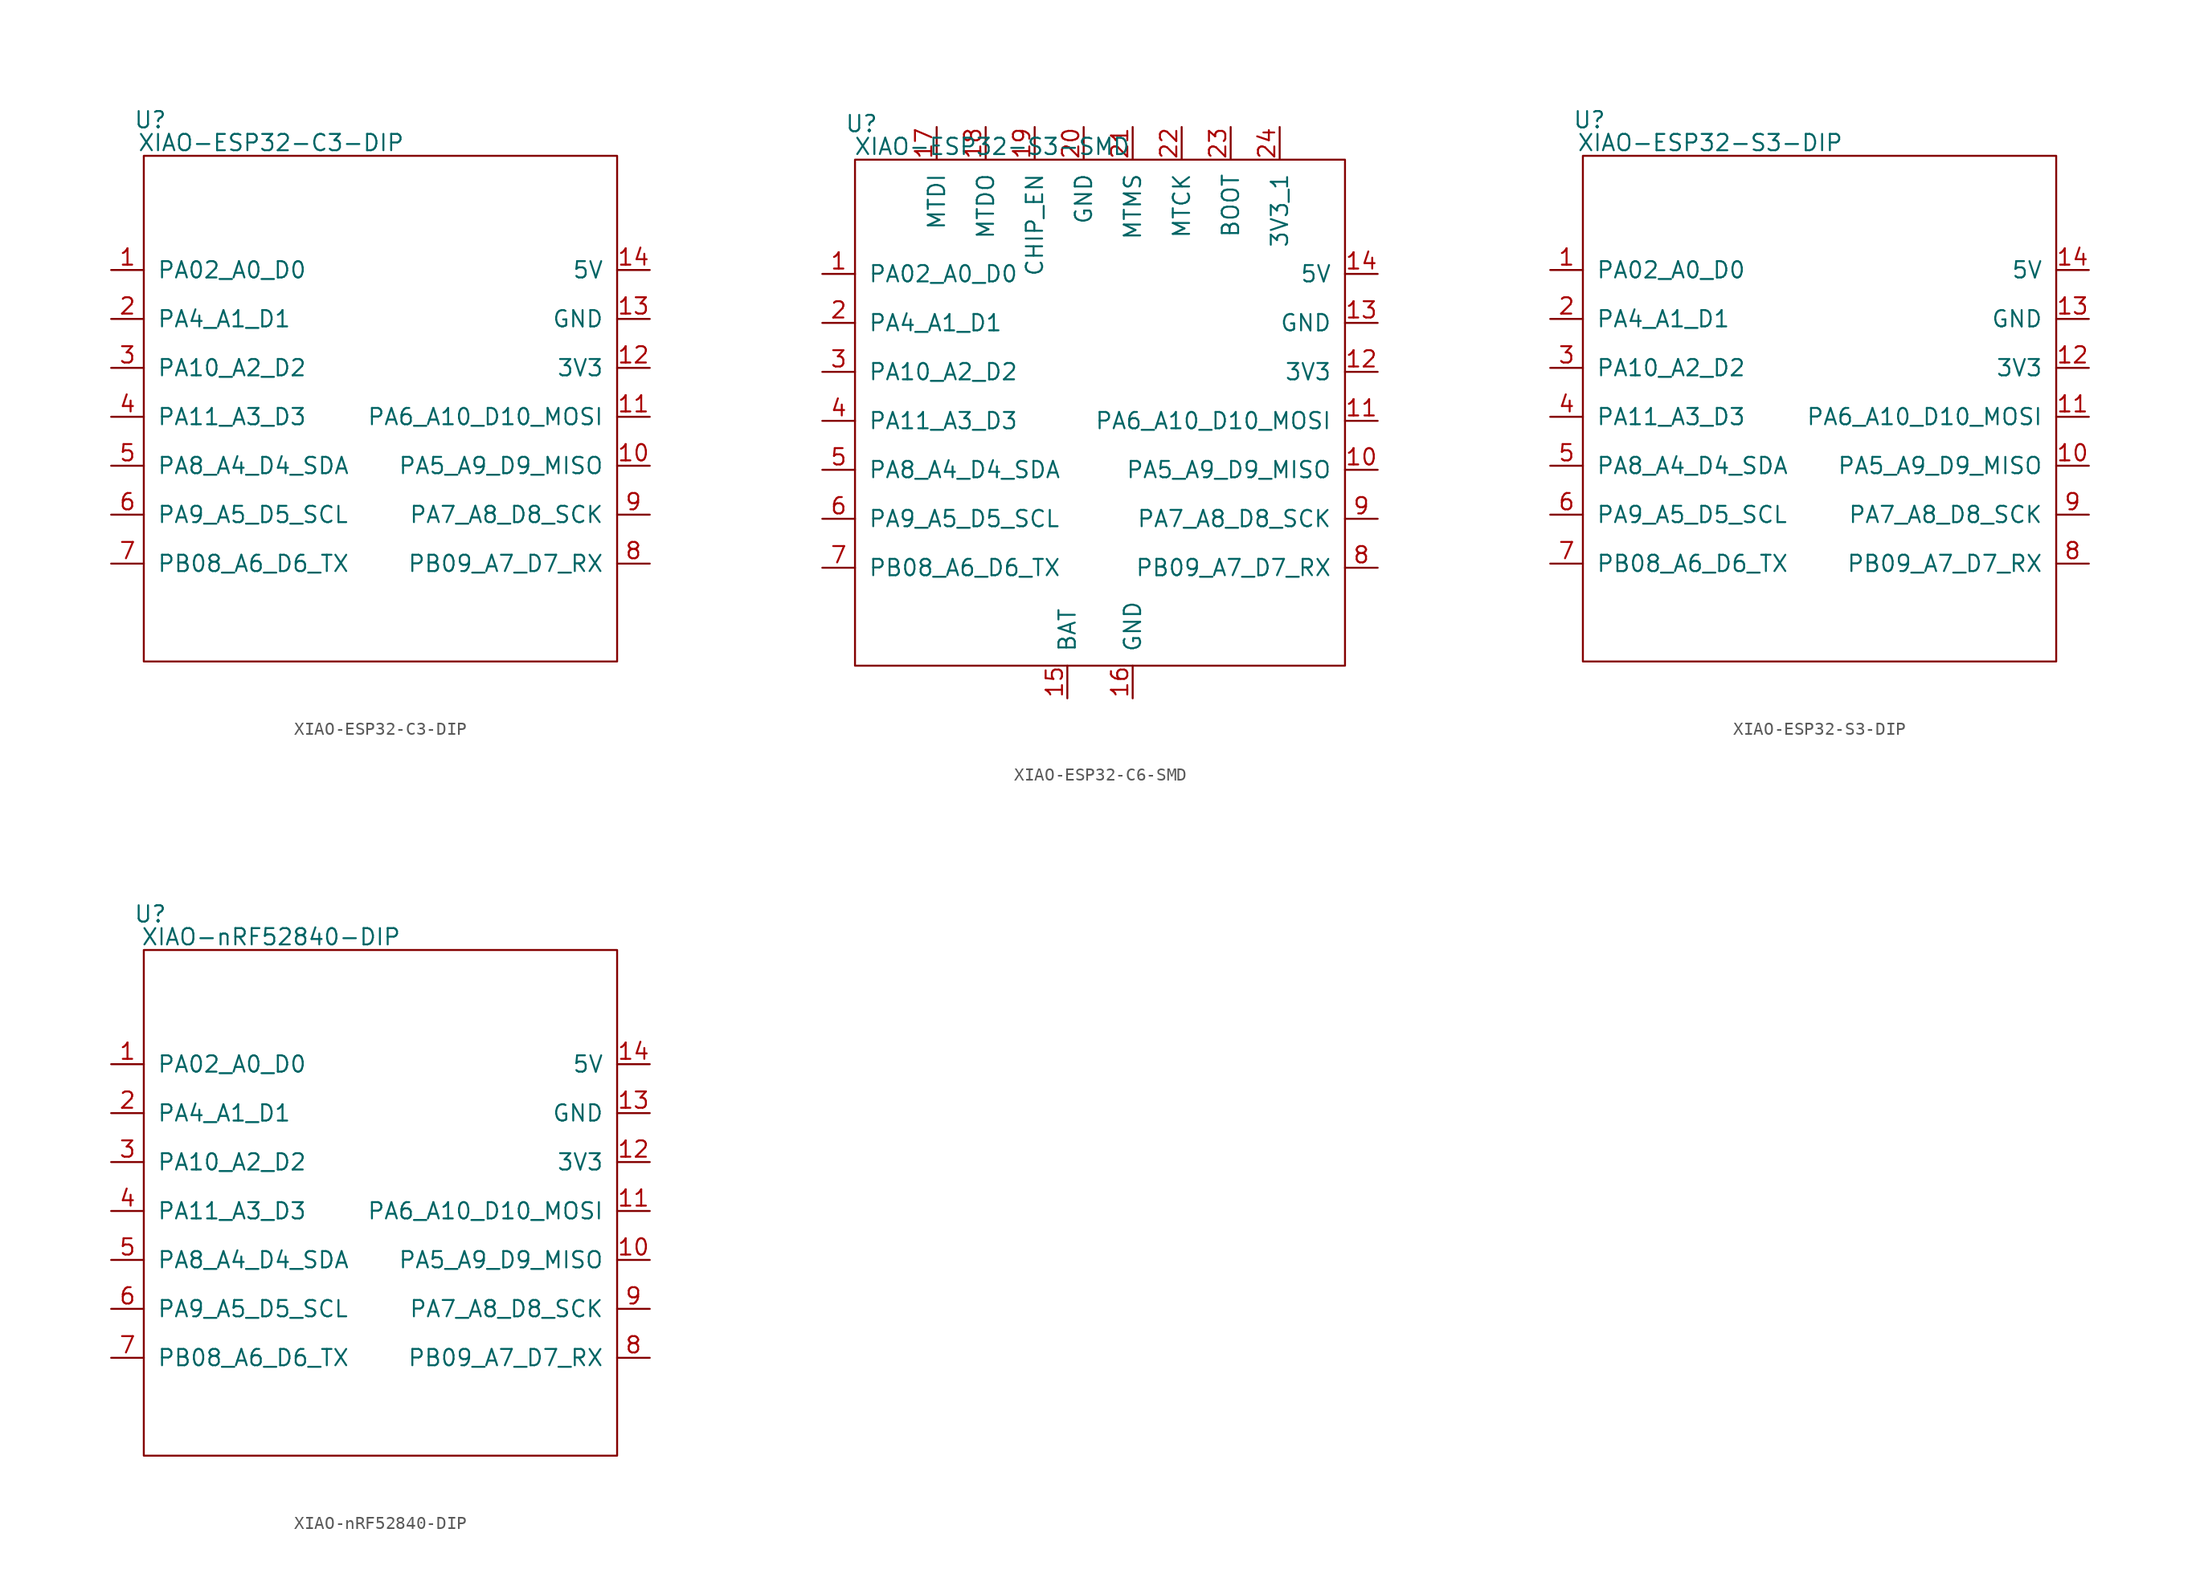
<source format=kicad_sym>
(kicad_symbol_lib
  (version 20231120)
  (generator "kicad_symbol_editor")
  (generator_version "8.0")
  (symbol "XIAO-ESP32-C3-DIP"
    (pin_names
      (offset 1.016))
    (property "Reference" "U"
      (at -18.542 23.114 0)
      (effects (font (size 1.27 1.27))))
    (property "Value" "XIAO-ESP32-C3-DIP"
      (at -9.144 21.336 0)
      (effects (font (size 1.27 1.27))))
    (symbol "XIAO-ESP32-C3-DIP_0_1"
      (rectangle (start -19.05 20.32) (end 17.78 -19.05) (stroke (width 0) (type default)) (fill (type none))))
    (symbol "XIAO-ESP32-C3-DIP_1_1"
      (pin passive line (at -21.59 11.43 0) (length 2.54) (name "PA02_A0_D0" (effects (font (size 1.27 1.27)))) (number "1" (effects (font (size 1.27 1.27)))))
      (pin passive line (at 20.32 -3.81 180) (length 2.54) (name "PA5_A9_D9_MISO" (effects (font (size 1.27 1.27)))) (number "10" (effects (font (size 1.27 1.27)))))
      (pin passive line (at 20.32 0 180) (length 2.54) (name "PA6_A10_D10_MOSI" (effects (font (size 1.27 1.27)))) (number "11" (effects (font (size 1.27 1.27)))))
      (pin passive line (at 20.32 3.81 180) (length 2.54) (name "3V3" (effects (font (size 1.27 1.27)))) (number "12" (effects (font (size 1.27 1.27)))))
      (pin passive line (at 20.32 7.62 180) (length 2.54) (name "GND" (effects (font (size 1.27 1.27)))) (number "13" (effects (font (size 1.27 1.27)))))
      (pin passive line (at 20.32 11.43 180) (length 2.54) (name "5V" (effects (font (size 1.27 1.27)))) (number "14" (effects (font (size 1.27 1.27)))))
      (pin passive line (at -21.59 7.62 0) (length 2.54) (name "PA4_A1_D1" (effects (font (size 1.27 1.27)))) (number "2" (effects (font (size 1.27 1.27)))))
      (pin passive line (at -21.59 3.81 0) (length 2.54) (name "PA10_A2_D2" (effects (font (size 1.27 1.27)))) (number "3" (effects (font (size 1.27 1.27)))))
      (pin passive line (at -21.59 0 0) (length 2.54) (name "PA11_A3_D3" (effects (font (size 1.27 1.27)))) (number "4" (effects (font (size 1.27 1.27)))))
      (pin passive line (at -21.59 -3.81 0) (length 2.54) (name "PA8_A4_D4_SDA" (effects (font (size 1.27 1.27)))) (number "5" (effects (font (size 1.27 1.27)))))
      (pin passive line (at -21.59 -7.62 0) (length 2.54) (name "PA9_A5_D5_SCL" (effects (font (size 1.27 1.27)))) (number "6" (effects (font (size 1.27 1.27)))))
      (pin passive line (at -21.59 -11.43 0) (length 2.54) (name "PB08_A6_D6_TX" (effects (font (size 1.27 1.27)))) (number "7" (effects (font (size 1.27 1.27)))))
      (pin passive line (at 20.32 -11.43 180) (length 2.54) (name "PB09_A7_D7_RX" (effects (font (size 1.27 1.27)))) (number "8" (effects (font (size 1.27 1.27)))))
      (pin passive line (at 20.32 -7.62 180) (length 2.54) (name "PA7_A8_D8_SCK" (effects (font (size 1.27 1.27)))) (number "9" (effects (font (size 1.27 1.27)))))))
  (symbol "XIAO-ESP32-C6-SMD"
    (pin_names
      (offset 1.016))
    (property "Reference" "U"
      (at -18.542 23.114 0)
      (effects (font (size 1.27 1.27))))
    (property "Value" "XIAO-ESP32-S3-SMD"
      (at -8.382 21.336 0)
      (effects (font (size 1.27 1.27))))
    (symbol "XIAO-ESP32-C6-SMD_0_1"
      (rectangle (start 19.05 -19.05) (end -19.05 20.32) (stroke (width 0) (type default)) (fill (type none))))
    (symbol "XIAO-ESP32-C6-SMD_1_1"
      (pin passive line (at -21.59 11.43 0) (length 2.54) (name "PA02_A0_D0" (effects (font (size 1.27 1.27)))) (number "1" (effects (font (size 1.27 1.27)))))
      (pin passive line (at 21.59 -3.81 180) (length 2.54) (name "PA5_A9_D9_MISO" (effects (font (size 1.27 1.27)))) (number "10" (effects (font (size 1.27 1.27)))))
      (pin passive line (at 21.59 0 180) (length 2.54) (name "PA6_A10_D10_MOSI" (effects (font (size 1.27 1.27)))) (number "11" (effects (font (size 1.27 1.27)))))
      (pin passive line (at 21.59 3.81 180) (length 2.54) (name "3V3" (effects (font (size 1.27 1.27)))) (number "12" (effects (font (size 1.27 1.27)))))
      (pin passive line (at 21.59 7.62 180) (length 2.54) (name "GND" (effects (font (size 1.27 1.27)))) (number "13" (effects (font (size 1.27 1.27)))))
      (pin passive line (at 21.59 11.43 180) (length 2.54) (name "5V" (effects (font (size 1.27 1.27)))) (number "14" (effects (font (size 1.27 1.27)))))
      (pin passive line (at -2.54 -21.59 90) (length 2.54) (name "BAT" (effects (font (size 1.27 1.27)))) (number "15" (effects (font (size 1.27 1.27)))))
      (pin passive line (at 2.54 -21.59 90) (length 2.54) (name "GND" (effects (font (size 1.27 1.27)))) (number "16" (effects (font (size 1.27 1.27)))))
      (pin passive line (at -12.7 22.86 270) (length 2.54) (name "MTDI" (effects (font (size 1.27 1.27)))) (number "17" (effects (font (size 1.27 1.27)))))
      (pin passive line (at -8.89 22.86 270) (length 2.54) (name "MTDO" (effects (font (size 1.27 1.27)))) (number "18" (effects (font (size 1.27 1.27)))))
      (pin passive line (at -5.08 22.86 270) (length 2.54) (name "CHIP_EN" (effects (font (size 1.27 1.27)))) (number "19" (effects (font (size 1.27 1.27)))))
      (pin passive line (at -21.59 7.62 0) (length 2.54) (name "PA4_A1_D1" (effects (font (size 1.27 1.27)))) (number "2" (effects (font (size 1.27 1.27)))))
      (pin passive line (at -1.27 22.86 270) (length 2.54) (name "GND" (effects (font (size 1.27 1.27)))) (number "20" (effects (font (size 1.27 1.27)))))
      (pin passive line (at 2.54 22.86 270) (length 2.54) (name "MTMS" (effects (font (size 1.27 1.27)))) (number "21" (effects (font (size 1.27 1.27)))))
      (pin passive line (at 6.35 22.86 270) (length 2.54) (name "MTCK" (effects (font (size 1.27 1.27)))) (number "22" (effects (font (size 1.27 1.27)))))
      (pin passive line (at 10.16 22.86 270) (length 2.54) (name "BOOT" (effects (font (size 1.27 1.27)))) (number "23" (effects (font (size 1.27 1.27)))))
      (pin passive line (at 13.97 22.86 270) (length 2.54) (name "3V3_1" (effects (font (size 1.27 1.27)))) (number "24" (effects (font (size 1.27 1.27)))))
      (pin passive line (at -21.59 3.81 0) (length 2.54) (name "PA10_A2_D2" (effects (font (size 1.27 1.27)))) (number "3" (effects (font (size 1.27 1.27)))))
      (pin passive line (at -21.59 0 0) (length 2.54) (name "PA11_A3_D3" (effects (font (size 1.27 1.27)))) (number "4" (effects (font (size 1.27 1.27)))))
      (pin passive line (at -21.59 -3.81 0) (length 2.54) (name "PA8_A4_D4_SDA" (effects (font (size 1.27 1.27)))) (number "5" (effects (font (size 1.27 1.27)))))
      (pin passive line (at -21.59 -7.62 0) (length 2.54) (name "PA9_A5_D5_SCL" (effects (font (size 1.27 1.27)))) (number "6" (effects (font (size 1.27 1.27)))))
      (pin passive line (at -21.59 -11.43 0) (length 2.54) (name "PB08_A6_D6_TX" (effects (font (size 1.27 1.27)))) (number "7" (effects (font (size 1.27 1.27)))))
      (pin passive line (at 21.59 -11.43 180) (length 2.54) (name "PB09_A7_D7_RX" (effects (font (size 1.27 1.27)))) (number "8" (effects (font (size 1.27 1.27)))))
      (pin passive line (at 21.59 -7.62 180) (length 2.54) (name "PA7_A8_D8_SCK" (effects (font (size 1.27 1.27)))) (number "9" (effects (font (size 1.27 1.27)))))))
  (symbol "XIAO-ESP32-S3-DIP"
    (pin_names
      (offset 1.016))
    (property "Reference" "U"
      (at -18.542 23.114 0)
      (effects (font (size 1.27 1.27))))
    (property "Value" "XIAO-ESP32-S3-DIP"
      (at -9.144 21.336 0)
      (effects (font (size 1.27 1.27))))
    (symbol "XIAO-ESP32-S3-DIP_0_1"
      (rectangle (start -19.05 20.32) (end 17.78 -19.05) (stroke (width 0) (type default)) (fill (type none))))
    (symbol "XIAO-ESP32-S3-DIP_1_1"
      (pin passive line (at -21.59 11.43 0) (length 2.54) (name "PA02_A0_D0" (effects (font (size 1.27 1.27)))) (number "1" (effects (font (size 1.27 1.27)))))
      (pin passive line (at 20.32 -3.81 180) (length 2.54) (name "PA5_A9_D9_MISO" (effects (font (size 1.27 1.27)))) (number "10" (effects (font (size 1.27 1.27)))))
      (pin passive line (at 20.32 0 180) (length 2.54) (name "PA6_A10_D10_MOSI" (effects (font (size 1.27 1.27)))) (number "11" (effects (font (size 1.27 1.27)))))
      (pin passive line (at 20.32 3.81 180) (length 2.54) (name "3V3" (effects (font (size 1.27 1.27)))) (number "12" (effects (font (size 1.27 1.27)))))
      (pin passive line (at 20.32 7.62 180) (length 2.54) (name "GND" (effects (font (size 1.27 1.27)))) (number "13" (effects (font (size 1.27 1.27)))))
      (pin passive line (at 20.32 11.43 180) (length 2.54) (name "5V" (effects (font (size 1.27 1.27)))) (number "14" (effects (font (size 1.27 1.27)))))
      (pin passive line (at -21.59 7.62 0) (length 2.54) (name "PA4_A1_D1" (effects (font (size 1.27 1.27)))) (number "2" (effects (font (size 1.27 1.27)))))
      (pin passive line (at -21.59 3.81 0) (length 2.54) (name "PA10_A2_D2" (effects (font (size 1.27 1.27)))) (number "3" (effects (font (size 1.27 1.27)))))
      (pin passive line (at -21.59 0 0) (length 2.54) (name "PA11_A3_D3" (effects (font (size 1.27 1.27)))) (number "4" (effects (font (size 1.27 1.27)))))
      (pin passive line (at -21.59 -3.81 0) (length 2.54) (name "PA8_A4_D4_SDA" (effects (font (size 1.27 1.27)))) (number "5" (effects (font (size 1.27 1.27)))))
      (pin passive line (at -21.59 -7.62 0) (length 2.54) (name "PA9_A5_D5_SCL" (effects (font (size 1.27 1.27)))) (number "6" (effects (font (size 1.27 1.27)))))
      (pin passive line (at -21.59 -11.43 0) (length 2.54) (name "PB08_A6_D6_TX" (effects (font (size 1.27 1.27)))) (number "7" (effects (font (size 1.27 1.27)))))
      (pin passive line (at 20.32 -11.43 180) (length 2.54) (name "PB09_A7_D7_RX" (effects (font (size 1.27 1.27)))) (number "8" (effects (font (size 1.27 1.27)))))
      (pin passive line (at 20.32 -7.62 180) (length 2.54) (name "PA7_A8_D8_SCK" (effects (font (size 1.27 1.27)))) (number "9" (effects (font (size 1.27 1.27)))))))
  (symbol "XIAO-nRF52840-DIP"
    (pin_names
      (offset 1.016))
    (property "Reference" "U"
      (at -18.542 23.114 0)
      (effects (font (size 1.27 1.27))))
    (property "Value" "XIAO-nRF52840-DIP"
      (at -9.144 21.336 0)
      (effects (font (size 1.27 1.27))))
    (symbol "XIAO-nRF52840-DIP_0_1"
      (rectangle (start -19.05 20.32) (end 17.78 -19.05) (stroke (width 0) (type default)) (fill (type none))))
    (symbol "XIAO-nRF52840-DIP_1_1"
      (pin passive line (at -21.59 11.43 0) (length 2.54) (name "PA02_A0_D0" (effects (font (size 1.27 1.27)))) (number "1" (effects (font (size 1.27 1.27)))))
      (pin passive line (at 20.32 -3.81 180) (length 2.54) (name "PA5_A9_D9_MISO" (effects (font (size 1.27 1.27)))) (number "10" (effects (font (size 1.27 1.27)))))
      (pin passive line (at 20.32 0 180) (length 2.54) (name "PA6_A10_D10_MOSI" (effects (font (size 1.27 1.27)))) (number "11" (effects (font (size 1.27 1.27)))))
      (pin passive line (at 20.32 3.81 180) (length 2.54) (name "3V3" (effects (font (size 1.27 1.27)))) (number "12" (effects (font (size 1.27 1.27)))))
      (pin passive line (at 20.32 7.62 180) (length 2.54) (name "GND" (effects (font (size 1.27 1.27)))) (number "13" (effects (font (size 1.27 1.27)))))
      (pin passive line (at 20.32 11.43 180) (length 2.54) (name "5V" (effects (font (size 1.27 1.27)))) (number "14" (effects (font (size 1.27 1.27)))))
      (pin passive line (at -21.59 7.62 0) (length 2.54) (name "PA4_A1_D1" (effects (font (size 1.27 1.27)))) (number "2" (effects (font (size 1.27 1.27)))))
      (pin passive line (at -21.59 3.81 0) (length 2.54) (name "PA10_A2_D2" (effects (font (size 1.27 1.27)))) (number "3" (effects (font (size 1.27 1.27)))))
      (pin passive line (at -21.59 0 0) (length 2.54) (name "PA11_A3_D3" (effects (font (size 1.27 1.27)))) (number "4" (effects (font (size 1.27 1.27)))))
      (pin passive line (at -21.59 -3.81 0) (length 2.54) (name "PA8_A4_D4_SDA" (effects (font (size 1.27 1.27)))) (number "5" (effects (font (size 1.27 1.27)))))
      (pin passive line (at -21.59 -7.62 0) (length 2.54) (name "PA9_A5_D5_SCL" (effects (font (size 1.27 1.27)))) (number "6" (effects (font (size 1.27 1.27)))))
      (pin passive line (at -21.59 -11.43 0) (length 2.54) (name "PB08_A6_D6_TX" (effects (font (size 1.27 1.27)))) (number "7" (effects (font (size 1.27 1.27)))))
      (pin passive line (at 20.32 -11.43 180) (length 2.54) (name "PB09_A7_D7_RX" (effects (font (size 1.27 1.27)))) (number "8" (effects (font (size 1.27 1.27)))))
      (pin passive line (at 20.32 -7.62 180) (length 2.54) (name "PA7_A8_D8_SCK" (effects (font (size 1.27 1.27)))) (number "9" (effects (font (size 1.27 1.27))))))))
</source>
